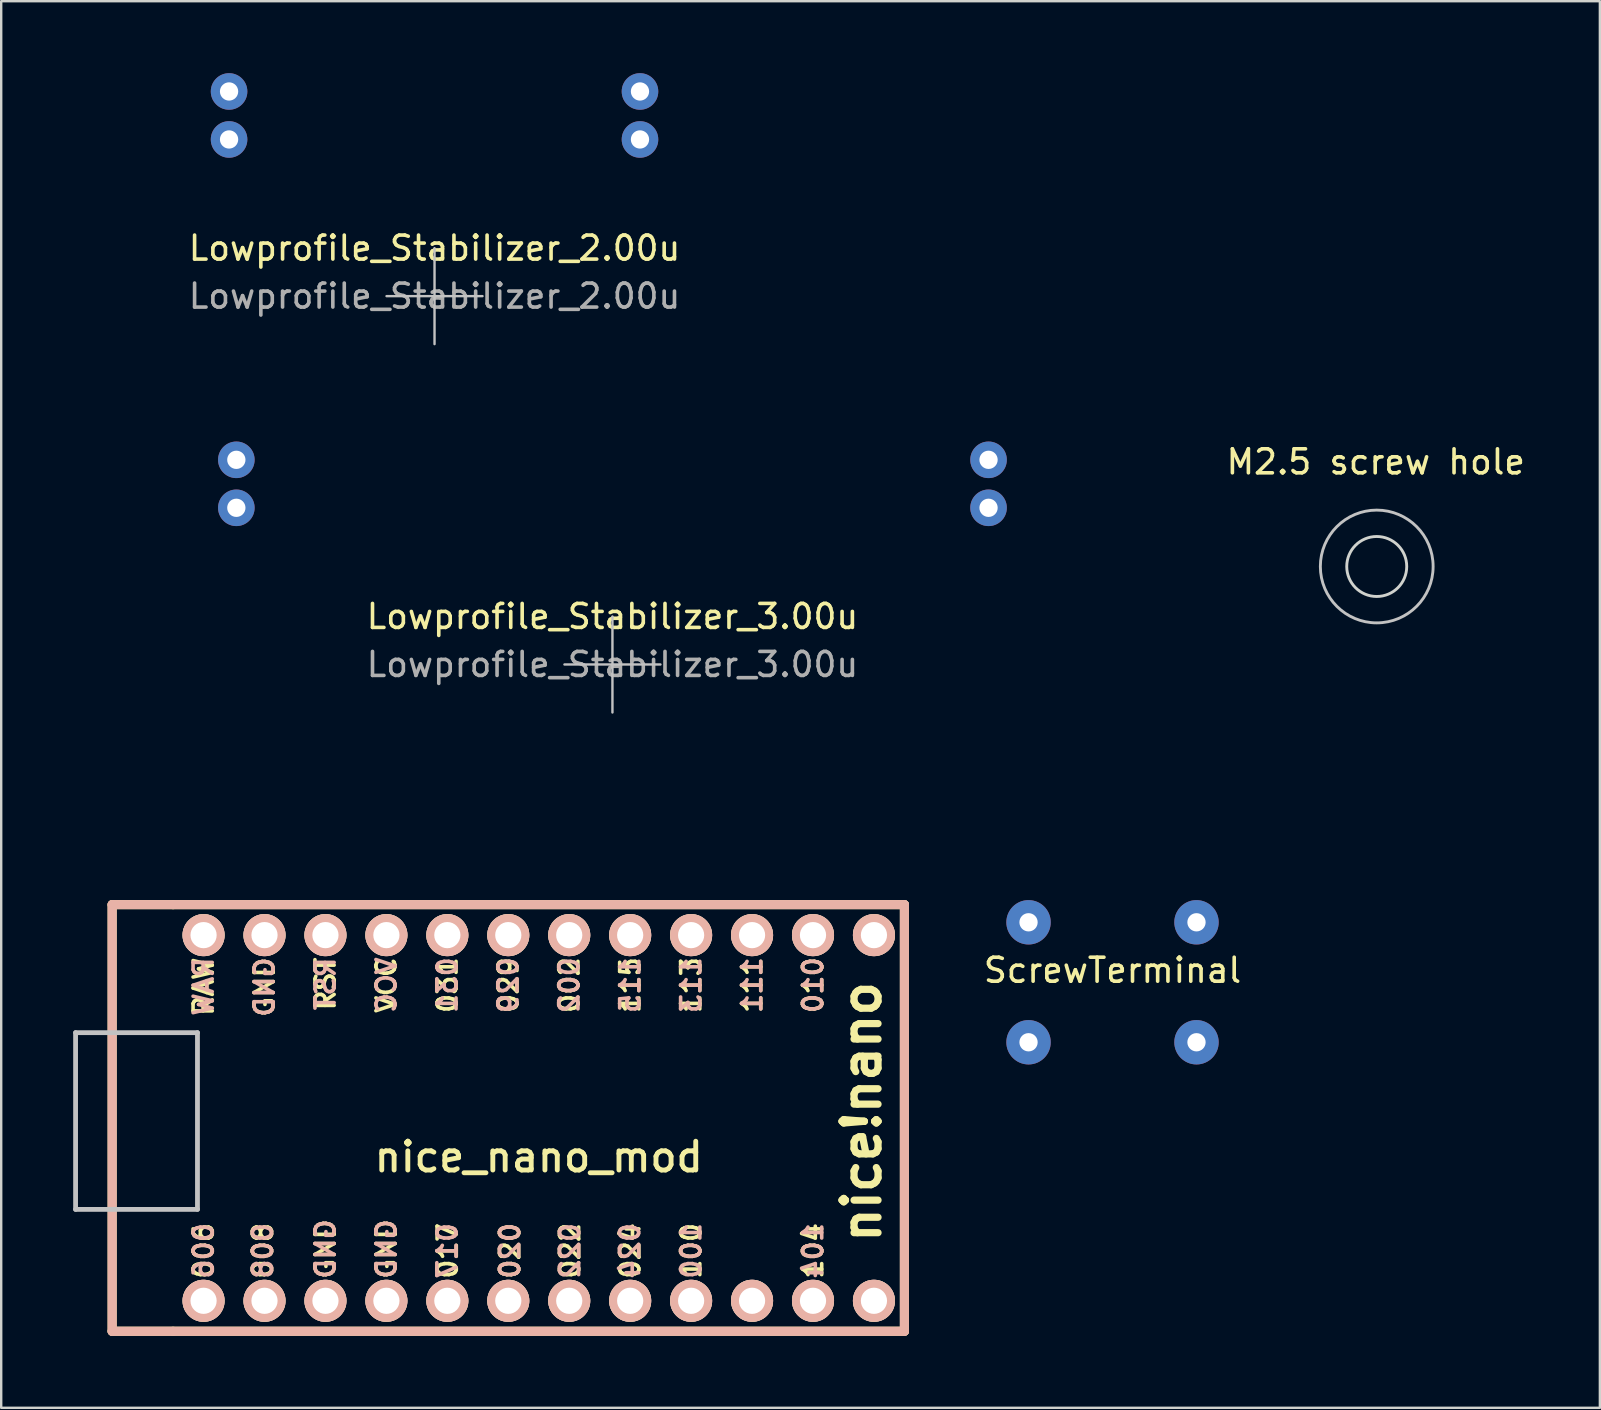
<source format=kicad_pcb>
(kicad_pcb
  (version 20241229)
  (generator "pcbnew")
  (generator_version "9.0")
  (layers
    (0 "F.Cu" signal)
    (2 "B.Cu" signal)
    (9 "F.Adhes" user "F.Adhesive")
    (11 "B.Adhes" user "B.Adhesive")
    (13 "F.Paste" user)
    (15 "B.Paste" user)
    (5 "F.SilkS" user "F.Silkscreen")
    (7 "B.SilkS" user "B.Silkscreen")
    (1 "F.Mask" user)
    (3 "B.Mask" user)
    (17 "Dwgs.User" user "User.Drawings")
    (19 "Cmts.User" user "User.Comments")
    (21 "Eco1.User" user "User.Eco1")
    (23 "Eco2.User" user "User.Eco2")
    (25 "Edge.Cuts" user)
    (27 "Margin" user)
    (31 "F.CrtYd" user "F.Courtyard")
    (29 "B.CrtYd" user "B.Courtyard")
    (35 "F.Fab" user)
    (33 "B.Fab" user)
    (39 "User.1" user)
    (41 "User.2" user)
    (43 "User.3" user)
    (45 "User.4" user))
  (footprint "nice_nano_mod"
    (layer "F.Cu")
    (at 19.404 43.544)
    (property "Reference" "nice_nano_mod" (at 0 1.625 0) (layer "F.SilkS") (effects (font (size 1.2 1.2) (thickness 0.203))))
    (attr through_hole)
    (fp_line (start -17.78 -8.89) (end -17.78 8.89) (stroke (width 0.381) (type solid)) (layer "F.SilkS"))
    (fp_line (start -17.78 8.89) (end -15.24 8.89) (stroke (width 0.381) (type solid)) (layer "F.SilkS"))
    (fp_line (start -15.24 -8.89) (end -17.78 -8.89) (stroke (width 0.381) (type solid)) (layer "F.SilkS"))
    (fp_line (start -15.24 8.89) (end 15.24 8.89) (stroke (width 0.381) (type solid)) (layer "F.SilkS"))
    (fp_line (start 15.24 -8.89) (end -15.24 -8.89) (stroke (width 0.381) (type solid)) (layer "F.SilkS"))
    (fp_line (start 15.24 8.89) (end 15.24 -8.89) (stroke (width 0.381) (type solid)) (layer "F.SilkS"))
    (fp_line (start -17.78 -8.89) (end -17.78 8.89) (stroke (width 0.381) (type solid)) (layer "B.SilkS"))
    (fp_line (start -17.78 8.89) (end 15.24 8.89) (stroke (width 0.381) (type solid)) (layer "B.SilkS"))
    (fp_line (start 15.24 -8.89) (end -17.78 -8.89) (stroke (width 0.381) (type solid)) (layer "B.SilkS"))
    (fp_line (start 15.24 8.89) (end 15.24 -8.89) (stroke (width 0.381) (type solid)) (layer "B.SilkS"))
    (fp_line (start -19.304 -3.556) (end -14.224 -3.556) (stroke (width 0.2) (type solid)) (layer "Dwgs.User"))
    (fp_line (start -19.304 3.81) (end -19.304 -3.556) (stroke (width 0.2) (type solid)) (layer "Dwgs.User"))
    (fp_line (start -14.224 -3.556) (end -14.224 3.81) (stroke (width 0.2) (type solid)) (layer "Dwgs.User"))
    (fp_line (start -14.224 3.81) (end -19.304 3.81) (stroke (width 0.2) (type solid)) (layer "Dwgs.User"))
    (fp_text user "024" (at 3.81 5.537 90) (layer "F.SilkS") (effects (font (size 0.8 0.8) (thickness 0.15))))
    (fp_text user "020" (at -1.2 5.537 90) (layer "F.SilkS") (effects (font (size 0.8 0.8) (thickness 0.15))))
    (fp_text user "RAW" (at -13.97 -5.474 90) (layer "F.SilkS") (effects (font (size 0.8 0.8) (thickness 0.15))))
    (fp_text user "029" (at -1.27 -5.537 90) (layer "F.SilkS") (effects (font (size 0.8 0.8) (thickness 0.15))))
    (fp_text user "111" (at 8.89 -5.537 90) (layer "F.SilkS") (effects (font (size 0.8 0.8) (thickness 0.15))))
    (fp_text user "002" (at 1.27 -5.537 90) (layer "F.SilkS") (effects (font (size 0.8 0.8) (thickness 0.15))))
    (fp_text user "010" (at 11.43 -5.537 90) (layer "F.SilkS") (effects (font (size 0.8 0.8) (thickness 0.15))))
    (fp_text user "017" (at -3.8 5.537 90) (layer "F.SilkS") (effects (font (size 0.8 0.8) (thickness 0.15))))
    (fp_text user "GND" (at -8.89 5.461 90) (layer "F.SilkS") (effects (font (size 0.8 0.8) (thickness 0.15))))
    (fp_text user "nice!nano" (at 13.462 -0.254 90) (layer "F.SilkS") (effects (font (size 1.5 1.5) (thickness 0.3))))
    (fp_text user "031" (at -3.81 -5.537 90) (layer "F.SilkS") (effects (font (size 0.8 0.8) (thickness 0.15))))
    (fp_text user "GND" (at -6.35 5.461 90) (layer "F.SilkS") (effects (font (size 0.8 0.8) (thickness 0.15))))
    (fp_text user "RST" (at -8.89 -5.588 90) (layer "F.SilkS") (effects (font (size 0.8 0.8) (thickness 0.15))))
    (fp_text user "008" (at -11.5 5.537 90) (layer "F.SilkS") (effects (font (size 0.8 0.8) (thickness 0.15))))
    (fp_text user "VCC" (at -6.35 -5.537 90) (layer "F.SilkS") (effects (font (size 0.8 0.8) (thickness 0.15))))
    (fp_text user "104" (at 11.43 5.537 90) (layer "F.SilkS") (effects (font (size 0.8 0.8) (thickness 0.15))))
    (fp_text user "100" (at 6.35 5.537 90) (layer "F.SilkS") (effects (font (size 0.8 0.8) (thickness 0.15))))
    (fp_text user "022" (at 1.3 5.537 90) (layer "F.SilkS") (effects (font (size 0.8 0.8) (thickness 0.15))))
    (fp_text user "115" (at 3.81 -5.537 90) (layer "F.SilkS") (effects (font (size 0.8 0.8) (thickness 0.15))))
    (fp_text user "GND" (at -11.43 -5.455 90) (layer "F.SilkS") (effects (font (size 0.8 0.8) (thickness 0.15))))
    (fp_text user "113" (at 6.35 -5.537 90) (layer "F.SilkS") (effects (font (size 0.8 0.8) (thickness 0.15))))
    (fp_text user "006" (at -13.97 5.537 90) (layer "F.SilkS") (effects (font (size 0.8 0.8) (thickness 0.15))))
    (fp_text user "GND" (at -8.89 5.461 90) (layer "B.SilkS") (effects (font (size 0.8 0.8) (thickness 0.15)) (justify mirror)))
    (fp_text user "GND" (at -6.35 5.461 90) (layer "B.SilkS") (effects (font (size 0.8 0.8) (thickness 0.15)) (justify mirror)))
    (fp_text user "024" (at 3.8 5.537 90) (layer "B.SilkS") (effects (font (size 0.8 0.8) (thickness 0.15)) (justify mirror)))
    (fp_text user "031" (at -3.81 -5.537 90) (layer "B.SilkS") (effects (font (size 0.8 0.8) (thickness 0.15)) (justify mirror)))
    (fp_text user "010" (at 11.43 -5.537 90) (layer "B.SilkS") (effects (font (size 0.8 0.8) (thickness 0.15)) (justify mirror)))
    (fp_text user "RST" (at -8.89 -5.588 90) (layer "B.SilkS") (effects (font (size 0.8 0.8) (thickness 0.15)) (justify mirror)))
    (fp_text user "115" (at 3.81 -5.537 90) (layer "B.SilkS") (effects (font (size 0.8 0.8) (thickness 0.15)) (justify mirror)))
    (fp_text user "006" (at -13.97 5.537 90) (layer "B.SilkS") (effects (font (size 0.8 0.8) (thickness 0.15)) (justify mirror)))
    (fp_text user "RAW" (at -13.97 -5.474 90) (layer "B.SilkS") (effects (font (size 0.8 0.8) (thickness 0.15)) (justify mirror)))
    (fp_text user "029" (at -1.27 -5.537 90) (layer "B.SilkS") (effects (font (size 0.8 0.8) (thickness 0.15)) (justify mirror)))
    (fp_text user "VCC" (at -6.35 -5.537 90) (layer "B.SilkS") (effects (font (size 0.8 0.8) (thickness 0.15)) (justify mirror)))
    (fp_text user "017" (at -3.81 5.537 90) (layer "B.SilkS") (effects (font (size 0.8 0.8) (thickness 0.15)) (justify mirror)))
    (fp_text user "100" (at 6.35 5.537 90) (layer "B.SilkS") (effects (font (size 0.8 0.8) (thickness 0.15)) (justify mirror)))
    (fp_text user "113" (at 6.35 -5.537 90) (layer "B.SilkS") (effects (font (size 0.8 0.8) (thickness 0.15)) (justify mirror)))
    (fp_text user "020" (at -1.2 5.537 90) (layer "B.SilkS") (effects (font (size 0.8 0.8) (thickness 0.15)) (justify mirror)))
    (fp_text user "008" (at -11.5 5.537 90) (layer "B.SilkS") (effects (font (size 0.8 0.8) (thickness 0.15)) (justify mirror)))
    (fp_text user "111" (at 8.89 -5.537 90) (layer "B.SilkS") (effects (font (size 0.8 0.8) (thickness 0.15)) (justify mirror)))
    (fp_text user "104" (at 11.43 5.537 90) (layer "B.SilkS") (effects (font (size 0.8 0.8) (thickness 0.15)) (justify mirror)))
    (fp_text user "GND" (at -11.43 -5.455 90) (layer "B.SilkS") (effects (font (size 0.8 0.8) (thickness 0.15)) (justify mirror)))
    (fp_text user "022" (at 1.3 5.537 90) (layer "B.SilkS") (effects (font (size 0.8 0.8) (thickness 0.15)) (justify mirror)))
    (fp_text user "002" (at 1.27 -5.537 90) (layer "B.SilkS") (effects (font (size 0.8 0.8) (thickness 0.15)) (justify mirror)))
    (pad "1" thru_hole circle (at -13.97 7.62) (size 1.753 1.753) (drill 1.092) (layers "*.Cu" "*.SilkS" "*.Mask"))
    (pad "2" thru_hole circle (at -11.43 7.62) (size 1.753 1.753) (drill 1.092) (layers "*.Cu" "*.SilkS" "*.Mask"))
    (pad "3" thru_hole circle (at -8.89 7.62) (size 1.753 1.753) (drill 1.092) (layers "*.Cu" "*.SilkS" "*.Mask"))
    (pad "4" thru_hole circle (at -6.35 7.62) (size 1.753 1.753) (drill 1.092) (layers "*.Cu" "*.SilkS" "*.Mask"))
    (pad "5" thru_hole circle (at -3.81 7.62) (size 1.753 1.753) (drill 1.092) (layers "*.Cu" "*.SilkS" "*.Mask"))
    (pad "6" thru_hole circle (at -1.27 7.62) (size 1.753 1.753) (drill 1.092) (layers "*.Cu" "*.SilkS" "*.Mask"))
    (pad "7" thru_hole circle (at 1.27 7.62) (size 1.753 1.753) (drill 1.092) (layers "*.Cu" "*.SilkS" "*.Mask"))
    (pad "8" thru_hole circle (at 3.81 7.62) (size 1.753 1.753) (drill 1.092) (layers "*.Cu" "*.SilkS" "*.Mask"))
    (pad "9" thru_hole circle (at 6.35 7.62) (size 1.753 1.753) (drill 1.092) (layers "*.Cu" "*.SilkS" "*.Mask"))
    (pad "10" thru_hole circle (at 8.89 7.62) (size 1.753 1.753) (drill 1.092) (layers "*.Cu" "*.SilkS" "*.Mask"))
    (pad "11" thru_hole circle (at 11.43 7.62) (size 1.753 1.753) (drill 1.092) (layers "*.Cu" "*.SilkS" "*.Mask"))
    (pad "12" thru_hole circle (at 13.97 7.62) (size 1.753 1.753) (drill 1.092) (layers "*.Cu" "*.SilkS" "*.Mask"))
    (pad "13" thru_hole circle (at 13.97 -7.62) (size 1.753 1.753) (drill 1.092) (layers "*.Cu" "*.SilkS" "*.Mask"))
    (pad "14" thru_hole circle (at 11.43 -7.62) (size 1.753 1.753) (drill 1.092) (layers "*.Cu" "*.SilkS" "*.Mask"))
    (pad "15" thru_hole circle (at 8.89 -7.62) (size 1.753 1.753) (drill 1.092) (layers "*.Cu" "*.SilkS" "*.Mask"))
    (pad "16" thru_hole circle (at 6.35 -7.62) (size 1.753 1.753) (drill 1.092) (layers "*.Cu" "*.SilkS" "*.Mask"))
    (pad "17" thru_hole circle (at 3.81 -7.62) (size 1.753 1.753) (drill 1.092) (layers "*.Cu" "*.SilkS" "*.Mask"))
    (pad "18" thru_hole circle (at 1.27 -7.62) (size 1.753 1.753) (drill 1.092) (layers "*.Cu" "*.SilkS" "*.Mask"))
    (pad "19" thru_hole circle (at -1.27 -7.62) (size 1.753 1.753) (drill 1.092) (layers "*.Cu" "*.SilkS" "*.Mask"))
    (pad "20" thru_hole circle (at -3.81 -7.62) (size 1.753 1.753) (drill 1.092) (layers "*.Cu" "*.SilkS" "*.Mask"))
    (pad "21" thru_hole circle (at -6.35 -7.62) (size 1.753 1.753) (drill 1.092) (layers "*.Cu" "*.SilkS" "*.Mask"))
    (pad "22" thru_hole circle (at -8.89 -7.62) (size 1.753 1.753) (drill 1.092) (layers "*.Cu" "*.SilkS" "*.Mask"))
    (pad "23" thru_hole circle (at -11.43 -7.62) (size 1.753 1.753) (drill 1.092) (layers "*.Cu" "*.SilkS" "*.Mask"))
    (pad "24" thru_hole circle (at -13.97 -7.62) (size 1.753 1.753) (drill 1.092) (layers "*.Cu" "*.SilkS" "*.Mask")))
  (footprint "Lowprofile_Stabilizer_3.00u"
    (layer "F.Cu")
    (at 22.475 24.644)
    (property "Reference" "Lowprofile_Stabilizer_3.00u" (at 0 -2 0) (layer "F.SilkS") (effects (font (size 1 1) (thickness 0.15))))
    (attr exclude_from_pos_files exclude_from_bom)
    (fp_line (start -2 0) (end 2 0) (stroke (width 0.1) (type solid)) (layer "Dwgs.User"))
    (fp_line (start 0 2) (end 0 -2) (stroke (width 0.1) (type solid)) (layer "Dwgs.User"))
    (fp_line (start -22.425 -5.53) (end -22.425 6.77) (stroke (width 0.1) (type solid)) (layer "Eco1.User"))
    (fp_line (start -22.425 6.77) (end -15.675 6.77) (stroke (width 0.1) (type solid)) (layer "Eco1.User"))
    (fp_line (start -15.675 -5.53) (end -22.425 -5.53) (stroke (width 0.1) (type solid)) (layer "Eco1.User"))
    (fp_line (start -15.675 6.77) (end -15.675 -5.53) (stroke (width 0.1) (type solid)) (layer "Eco1.User"))
    (fp_line (start 15.675 -5.53) (end 15.675 6.77) (stroke (width 0.1) (type solid)) (layer "Eco1.User"))
    (fp_line (start 15.675 6.77) (end 22.425 6.77) (stroke (width 0.1) (type solid)) (layer "Eco1.User"))
    (fp_line (start 22.425 -5.53) (end 15.675 -5.53) (stroke (width 0.1) (type solid)) (layer "Eco1.User"))
    (fp_line (start 22.425 6.77) (end 22.425 -5.53) (stroke (width 0.1) (type solid)) (layer "Eco1.User"))
    (fp_text user "${REFERENCE}" (at 0 0 0) (layer "F.Fab") (effects (font (size 1 1) (thickness 0.15))))
    (pad "1" thru_hole circle (at -15.675 -6.53) (size 1.524 1.524) (drill 0.762) (layers "*.Cu" "*.Mask"))
    (pad "2" thru_hole circle (at -15.675 -8.53) (size 1.524 1.524) (drill 0.762) (layers "*.Cu" "*.Mask"))
    (pad "3" thru_hole circle (at 15.675 -6.53) (size 1.524 1.524) (drill 0.762) (layers "*.Cu" "*.Mask"))
    (pad "4" thru_hole circle (at 15.675 -8.53) (size 1.524 1.524) (drill 0.762) (layers "*.Cu" "*.Mask")))
  (footprint "Lowprofile_Stabilizer_2.00u"
    (layer "F.Cu")
    (at 15.06 9.292)
    (property "Reference" "Lowprofile_Stabilizer_2.00u" (at 0 -2 0) (layer "F.SilkS") (effects (font (size 1 1) (thickness 0.15))))
    (attr exclude_from_pos_files exclude_from_bom)
    (fp_line (start -2 0) (end 2 0) (stroke (width 0.1) (type solid)) (layer "Dwgs.User"))
    (fp_line (start 0 2) (end 0 -2) (stroke (width 0.1) (type solid)) (layer "Dwgs.User"))
    (fp_line (start -10.563 -7.53) (end 11.437 -7.53) (stroke (width 0.12) (type default)) (layer "User.1"))
    (fp_rect (start -15 -3) (end -9 3) (stroke (width 0.12) (type default)) (fill no) (layer "User.1"))
    (fp_rect (start 9 -3) (end 15 3) (stroke (width 0.12) (type default)) (fill no) (layer "User.1"))
    (fp_text user "${REFERENCE}" (at 0 0 0) (layer "F.Fab") (effects (font (size 1 1) (thickness 0.15))))
    (pad "1" thru_hole circle (at -8.563 -6.53) (size 1.524 1.524) (drill 0.762) (layers "*.Cu" "*.Mask"))
    (pad "2" thru_hole circle (at -8.563 -8.53) (size 1.524 1.524) (drill 0.762) (layers "*.Cu" "*.Mask"))
    (pad "3" thru_hole circle (at 8.563 -6.53) (size 1.524 1.524) (drill 0.762) (layers "*.Cu" "*.Mask"))
    (pad "4" thru_hole circle (at 8.563 -8.53) (size 1.524 1.524) (drill 0.762) (layers "*.Cu" "*.Mask")))
  (footprint "ScrewTerminal"
    (layer "F.Cu")
    (at 43.317 37.889)
    (property "Reference" "ScrewTerminal" (at 0 -0.5 0) (unlocked yes) (layer "F.SilkS") (effects (font (size 1 1) (thickness 0.15))))
    (attr through_hole)
    (pad "1" thru_hole circle (at -3.5 -2.5) (size 1.85 1.85) (drill 0.762) (layers "*.Cu" "*.Mask"))
    (pad "2" thru_hole circle (at 3.5 -2.5) (size 1.85 1.85) (drill 0.762) (layers "*.Cu" "*.Mask"))
    (pad "3" thru_hole circle (at -3.5 2.5) (size 1.85 1.85) (drill 0.762) (layers "*.Cu" "*.Mask"))
    (pad "4" thru_hole circle (at 3.5 2.5) (size 1.85 1.85) (drill 0.762) (layers "*.Cu" "*.Mask")))
  (footprint "M2.5 screw hole"
    (layer "F.Cu")
    (at 54.329 20.56)
    (property "Reference" "M2.5 screw hole" (at -0.04 -4.36 0) (unlocked yes) (layer "F.SilkS") (effects (font (size 1 1) (thickness 0.15))))
    (attr through_hole)
    (fp_circle (center 0 0) (end 2.35 0) (stroke (width 0.12) (type default)) (fill no) (layer "Dwgs.User"))
    (fp_circle (center 0 0) (end 1.25 0) (stroke (width 0.12) (type default)) (fill no) (layer "Edge.Cuts")))
  (gr_rect
    (start -3 -3)
    (end 63.629 55.625)
    (stroke (width 0.1) (type default))
    (fill no)
    (layer "Edge.Cuts")))
</source>
